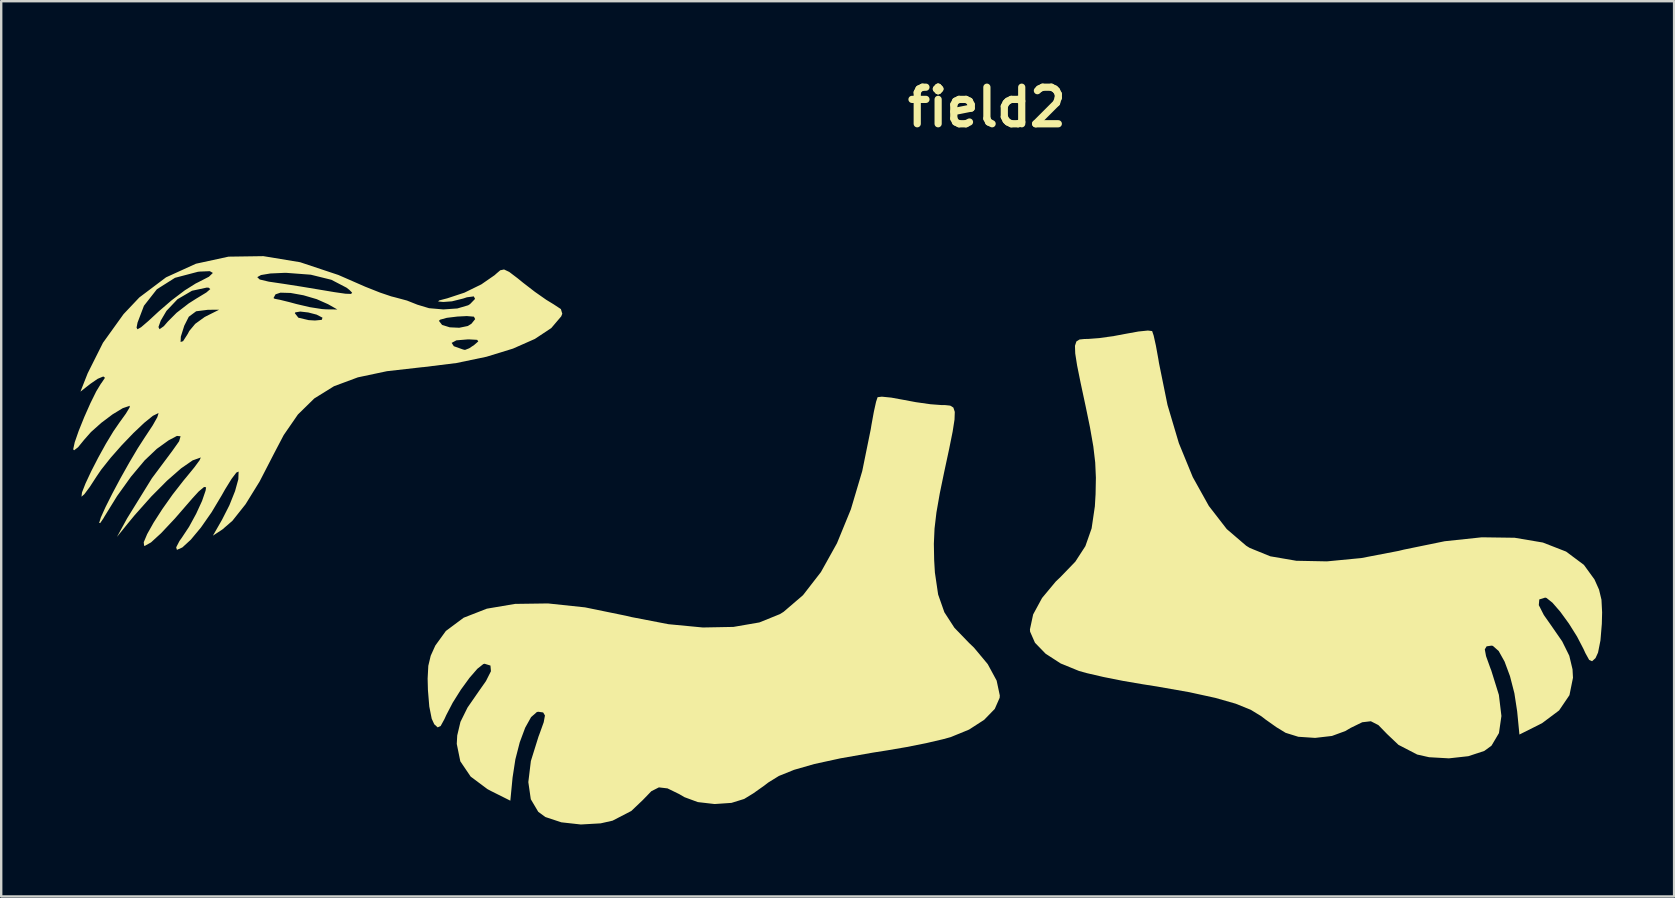
<source format=kicad_pcb>
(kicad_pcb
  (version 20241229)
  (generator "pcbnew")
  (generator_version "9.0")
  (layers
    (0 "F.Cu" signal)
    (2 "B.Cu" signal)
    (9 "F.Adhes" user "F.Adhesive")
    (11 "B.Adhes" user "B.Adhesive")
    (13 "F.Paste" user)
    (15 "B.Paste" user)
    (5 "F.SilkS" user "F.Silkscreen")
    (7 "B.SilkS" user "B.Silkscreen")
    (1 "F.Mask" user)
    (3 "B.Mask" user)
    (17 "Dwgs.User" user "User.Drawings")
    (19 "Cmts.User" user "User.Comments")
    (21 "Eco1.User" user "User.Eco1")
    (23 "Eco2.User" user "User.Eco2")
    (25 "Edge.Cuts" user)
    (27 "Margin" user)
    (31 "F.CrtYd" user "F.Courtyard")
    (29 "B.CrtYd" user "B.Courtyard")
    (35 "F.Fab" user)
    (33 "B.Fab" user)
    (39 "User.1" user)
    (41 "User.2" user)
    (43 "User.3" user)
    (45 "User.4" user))
  (footprint "field2"
    (layer "F.Cu")
    (at 38.075 1.418)
    (property "Reference" "field2" (at 0 0 0) (layer "F.SilkS") (effects (font (size 1.524 1.524) (thickness 0.3))))
    (attr board_only exclude_from_pos_files exclude_from_bom)
    (fp_poly (pts (xy -4.554 12.083) (xy -4.618 12.273) (xy -4.71 12.688) (xy -4.812 13.248) (xy -4.839 13.416) (xy -5.194 15.161) (xy -5.668 16.756) (xy -6.247 18.169) (xy -6.917 19.372) (xy -7.663 20.334) (xy -8.471 21.027) (xy -8.623 21.122) (xy -9.479 21.469) (xy -10.562 21.656) (xy -11.837 21.68) (xy -13.271 21.543) (xy -14.826 21.243) (xy -15.038 21.192) (xy -16.744 20.842) (xy -18.291 20.678) (xy -19.66 20.697) (xy -20.837 20.896) (xy -21.804 21.273) (xy -22.545 21.825) (xy -22.985 22.433) (xy -23.177 22.858) (xy -23.277 23.278) (xy -23.305 23.809) (xy -23.293 24.283) (xy -23.236 24.974) (xy -23.135 25.482) (xy -23.03 25.712) (xy -22.887 25.842) (xy -22.764 25.787) (xy -22.608 25.504) (xy -22.529 25.331) (xy -22.259 24.812) (xy -21.92 24.272) (xy -21.561 23.779) (xy -21.233 23.401) (xy -20.986 23.205) (xy -20.932 23.191) (xy -20.687 23.267) (xy -20.667 23.503) (xy -20.876 23.916) (xy -21.149 24.304) (xy -21.642 25.016) (xy -21.937 25.612) (xy -22.072 26.179) (xy -22.091 26.531) (xy -21.943 27.257) (xy -21.512 27.893) (xy -20.812 28.416) (xy -20.661 28.496) (xy -19.859 28.897) (xy -19.765 27.929) (xy -19.649 27.175) (xy -19.466 26.463) (xy -19.24 25.856) (xy -18.994 25.415) (xy -18.753 25.203) (xy -18.693 25.192) (xy -18.491 25.221) (xy -18.416 25.347) (xy -18.468 25.629) (xy -18.646 26.124) (xy -18.685 26.226) (xy -19.003 27.245) (xy -19.109 28.123) (xy -19.006 28.837) (xy -18.696 29.36) (xy -18.397 29.579) (xy -17.733 29.799) (xy -16.921 29.889) (xy -16.095 29.842) (xy -15.598 29.73) (xy -14.818 29.326) (xy -14.339 28.871) (xy -13.983 28.503) (xy -13.668 28.343) (xy -13.309 28.385) (xy -12.821 28.623) (xy -12.605 28.75) (xy -12.047 28.956) (xy -11.346 29.037) (xy -10.644 28.989) (xy -10.114 28.825) (xy -9.735 28.593) (xy -9.276 28.268) (xy -9.114 28.143) (xy -8.668 27.867) (xy -8.036 27.612) (xy -7.189 27.369) (xy -6.101 27.132) (xy -4.742 26.893) (xy -4.157 26.801) (xy -3.345 26.662) (xy -2.531 26.5) (xy -1.832 26.337) (xy -1.508 26.248) (xy -0.744 25.935) (xy -0.115 25.529) (xy 0.328 25.073) (xy 0.531 24.611) (xy 0.538 24.514) (xy 0.406 23.893) (xy 0.034 23.206) (xy -0.539 22.519) (xy -0.739 22.328) (xy -1.353 21.693) (xy -1.772 21.046) (xy -2.032 20.306) (xy -2.167 19.388) (xy -2.197 18.881) (xy -2.21 18.194) (xy -2.182 17.56) (xy -2.103 16.889) (xy -1.963 16.09) (xy -1.783 15.219) (xy -1.572 14.237) (xy -1.427 13.517) (xy -1.349 13.016) (xy -1.338 12.696) (xy -1.397 12.516) (xy -1.528 12.435) (xy -1.731 12.413) (xy -1.886 12.412) (xy -2.35 12.377) (xy -2.964 12.29) (xy -3.464 12.196) (xy -3.984 12.101) (xy -4.377 12.062)) (stroke (width 0) (type solid)) (fill yes) (layer "F.SilkS"))
    (fp_poly (pts (xy 6.886 9.328) (xy 6.95 9.518) (xy 7.042 9.932) (xy 7.144 10.492) (xy 7.171 10.66) (xy 7.526 12.406) (xy 8 14) (xy 8.579 15.413) (xy 9.249 16.616) (xy 9.995 17.579) (xy 10.803 18.272) (xy 10.955 18.366) (xy 11.811 18.714) (xy 12.894 18.9) (xy 14.17 18.925) (xy 15.603 18.787) (xy 17.159 18.488) (xy 17.37 18.436) (xy 19.077 18.086) (xy 20.623 17.922) (xy 21.992 17.941) (xy 23.169 18.14) (xy 24.136 18.517) (xy 24.877 19.07) (xy 25.318 19.677) (xy 25.509 20.103) (xy 25.61 20.523) (xy 25.637 21.053) (xy 25.625 21.528) (xy 25.568 22.218) (xy 25.467 22.726) (xy 25.362 22.956) (xy 25.219 23.086) (xy 25.097 23.031) (xy 24.94 22.748) (xy 24.861 22.575) (xy 24.591 22.056) (xy 24.252 21.516) (xy 23.894 21.024) (xy 23.566 20.646) (xy 23.318 20.449) (xy 23.264 20.435) (xy 23.019 20.511) (xy 22.999 20.748) (xy 23.208 21.16) (xy 23.481 21.548) (xy 23.974 22.26) (xy 24.269 22.857) (xy 24.404 23.423) (xy 24.423 23.775) (xy 24.276 24.501) (xy 23.844 25.137) (xy 23.144 25.661) (xy 22.993 25.74) (xy 22.191 26.141) (xy 22.097 25.174) (xy 21.981 24.419) (xy 21.798 23.708) (xy 21.572 23.1) (xy 21.326 22.66) (xy 21.085 22.447) (xy 21.025 22.436) (xy 20.823 22.466) (xy 20.748 22.592) (xy 20.8 22.873) (xy 20.978 23.368) (xy 21.018 23.47) (xy 21.335 24.489) (xy 21.441 25.368) (xy 21.338 26.081) (xy 21.028 26.604) (xy 20.729 26.823) (xy 20.065 27.043) (xy 19.253 27.133) (xy 18.427 27.086) (xy 17.93 26.974) (xy 17.15 26.57) (xy 16.671 26.115) (xy 16.315 25.748) (xy 16 25.587) (xy 15.641 25.629) (xy 15.153 25.867) (xy 14.938 25.995) (xy 14.379 26.2) (xy 13.678 26.281) (xy 12.977 26.234) (xy 12.447 26.069) (xy 12.067 25.837) (xy 11.609 25.513) (xy 11.447 25.387) (xy 11 25.112) (xy 10.368 24.856) (xy 9.521 24.614) (xy 8.433 24.376) (xy 7.075 24.137) (xy 6.489 24.045) (xy 5.677 23.906) (xy 4.863 23.744) (xy 4.164 23.582) (xy 3.84 23.492) (xy 3.076 23.18) (xy 2.447 22.773) (xy 2.004 22.317) (xy 1.801 21.856) (xy 1.794 21.758) (xy 1.927 21.137) (xy 2.299 20.451) (xy 2.871 19.764) (xy 3.072 19.572) (xy 3.685 18.937) (xy 4.104 18.291) (xy 4.364 17.55) (xy 4.499 16.632) (xy 4.529 16.125) (xy 4.542 15.438) (xy 4.514 14.805) (xy 4.435 14.134) (xy 4.295 13.335) (xy 4.115 12.463) (xy 3.905 11.482) (xy 3.759 10.761) (xy 3.681 10.261) (xy 3.67 9.941) (xy 3.73 9.76) (xy 3.86 9.679) (xy 4.063 9.658) (xy 4.218 9.656) (xy 4.683 9.621) (xy 5.296 9.534) (xy 5.796 9.44) (xy 6.317 9.346) (xy 6.709 9.306)) (stroke (width 0) (type solid)) (fill yes) (layer "F.SilkS"))
    (fp_poly (pts (xy -28.618 6.459) (xy -27.025 6.99) (xy -26.555 7.195) (xy -25.902 7.481) (xy -25.292 7.723) (xy -24.82 7.883) (xy -24.672 7.92) (xy -24.167 8.056) (xy -23.728 8.23) (xy -23.246 8.375) (xy -22.65 8.426) (xy -22.066 8.386) (xy -21.618 8.254) (xy -21.538 8.204) (xy -21.328 7.987) (xy -21.382 7.883) (xy -21.668 7.92) (xy -21.823 7.972) (xy -22.293 8.089) (xy -22.653 8.115) (xy -22.87 8.095) (xy -22.822 8.051) (xy -22.49 7.964) (xy -22.486 7.963) (xy -21.771 7.727) (xy -21.067 7.382) (xy -20.511 6.997) (xy -20.451 6.942) (xy -20.279 6.795) (xy -20.121 6.761) (xy -19.905 6.863) (xy -19.557 7.127) (xy -19.332 7.31) (xy -18.836 7.693) (xy -18.362 8.025) (xy -18.057 8.211) (xy -17.752 8.412) (xy -17.694 8.605) (xy -17.738 8.715) (xy -18.153 9.203) (xy -18.837 9.656) (xy -19.749 10.059) (xy -20.852 10.398) (xy -22.105 10.66) (xy -23.471 10.829) (xy -23.528 10.833) (xy -25 11) (xy -26.213 11.257) (xy -27.208 11.627) (xy -28.027 12.135) (xy -28.711 12.805) (xy -29.302 13.661) (xy -29.694 14.408) (xy -30.306 15.595) (xy -30.893 16.545) (xy -31.44 17.234) (xy -31.855 17.593) (xy -32.253 17.854) (xy -31.871 17.187) (xy -31.566 16.587) (xy -31.33 15.997) (xy -31.193 15.501) (xy -31.182 15.185) (xy -31.183 15.183) (xy -31.277 15.225) (xy -31.477 15.49) (xy -31.747 15.927) (xy -31.883 16.168) (xy -32.309 16.88) (xy -32.752 17.514) (xy -33.172 18.019) (xy -33.527 18.345) (xy -33.752 18.445) (xy -33.783 18.34) (xy -33.646 18.075) (xy -33.549 17.94) (xy -33.248 17.486) (xy -32.951 16.941) (xy -32.705 16.406) (xy -32.558 15.978) (xy -32.537 15.838) (xy -32.621 15.825) (xy -32.845 16.012) (xy -33.109 16.3) (xy -33.836 17.138) (xy -34.413 17.752) (xy -34.833 18.135) (xy -35.086 18.277) (xy -35.121 18.274) (xy -35.135 18.126) (xy -34.992 17.787) (xy -34.723 17.309) (xy -34.359 16.743) (xy -33.933 16.141) (xy -33.476 15.555) (xy -33.35 15.404) (xy -33.024 15.005) (xy -32.812 14.717) (xy -32.757 14.597) (xy -32.76 14.596) (xy -33.096 14.715) (xy -33.577 15.048) (xy -34.165 15.563) (xy -34.823 16.225) (xy -35.513 17) (xy -35.816 17.367) (xy -36.251 17.906) (xy -35.83 17.136) (xy -34.795 15.462) (xy -33.949 14.327) (xy -33.662 13.922) (xy -33.6 13.712) (xy -33.751 13.697) (xy -34.098 13.881) (xy -34.59 14.235) (xy -35.094 14.713) (xy -35.666 15.395) (xy -36.246 16.204) (xy -36.776 17.063) (xy -36.817 17.136) (xy -36.949 17.328) (xy -36.993 17.325) (xy -36.923 17.095) (xy -36.729 16.665) (xy -36.444 16.098) (xy -36.103 15.458) (xy -35.738 14.809) (xy -35.385 14.213) (xy -35.077 13.735) (xy -35.06 13.711) (xy -34.761 13.257) (xy -34.57 12.919) (xy -34.519 12.755) (xy -34.531 12.749) (xy -34.755 12.86) (xy -35.12 13.156) (xy -35.57 13.583) (xy -36.053 14.086) (xy -36.516 14.611) (xy -36.906 15.102) (xy -37.1 15.386) (xy -37.386 15.826) (xy -37.61 16.126) (xy -37.726 16.227) (xy -37.729 16.225) (xy -37.708 16.051) (xy -37.562 15.679) (xy -37.325 15.172) (xy -37.03 14.598) (xy -36.711 14.021) (xy -36.4 13.507) (xy -36.151 13.145) (xy -35.88 12.769) (xy -35.726 12.514) (xy -35.715 12.441) (xy -36.01 12.541) (xy -36.435 12.799) (xy -36.904 13.152) (xy -37.335 13.537) (xy -37.62 13.86) (xy -37.873 14.17) (xy -38.038 14.296) (xy -38.075 14.256) (xy -38.011 13.962) (xy -37.845 13.485) (xy -37.614 12.912) (xy -37.358 12.334) (xy -37.114 11.84) (xy -36.92 11.52) (xy -36.893 11.487) (xy -36.75 11.274) (xy -36.821 11.22) (xy -37.057 11.319) (xy -37.365 11.531) (xy -37.773 11.852) (xy -37.471 11.086) (xy -36.836 9.82) (xy -22.304 9.82) (xy -22.214 9.959) (xy -21.829 10.096) (xy -21.748 10.114) (xy -21.574 10.046) (xy -21.364 9.906) (xy -21.194 9.758) (xy -21.242 9.693) (xy -21.551 9.676) (xy -21.633 9.675) (xy -22.107 9.714) (xy -22.304 9.82) (xy -36.836 9.82) (xy -36.833 9.813) (xy -36.81 9.783) (xy -33.6 9.783) (xy -33.496 9.749) (xy -33.298 9.441) (xy -33.239 9.326) (xy -32.989 9.026) (xy -32.818 8.902) (xy -22.835 8.902) (xy -22.703 9.072) (xy -22.383 9.172) (xy -21.987 9.19) (xy -21.631 9.117) (xy -21.48 9.023) (xy -21.324 8.829) (xy -21.376 8.728) (xy -21.671 8.703) (xy -22.065 8.723) (xy -22.504 8.776) (xy -22.783 8.853) (xy -22.835 8.902) (xy -32.818 8.902) (xy -32.599 8.744) (xy -32.531 8.708) (xy -32.282 8.583) (xy -28.839 8.583) (xy -28.692 8.771) (xy -28.263 8.872) (xy -28 8.888) (xy -27.718 8.861) (xy -27.686 8.772) (xy -27.692 8.767) (xy -27.931 8.643) (xy -28.278 8.553) (xy -28.613 8.515) (xy -28.819 8.549) (xy -28.839 8.583) (xy -32.282 8.583) (xy -31.994 8.439) (xy -32.456 8.441) (xy -32.951 8.503) (xy -33.258 8.731) (xy -33.447 9.106) (xy -33.59 9.561) (xy -33.6 9.783) (xy -36.81 9.783) (xy -36.38 9.184) (xy -35.434 9.184) (xy -35.397 9.254) (xy -35.246 9.168) (xy -35.236 9.16) (xy -34.522 9.16) (xy -34.477 9.251) (xy -34.298 9.124) (xy -34.132 8.933) (xy -33.766 8.566) (xy -33.261 8.176) (xy -32.941 7.972) (xy -32.907 7.952) (xy -29.728 7.952) (xy -29.678 7.983) (xy -29.455 8.026) (xy -29.047 8.127) (xy -28.762 8.204) (xy -28.214 8.332) (xy -27.708 8.411) (xy -27.53 8.423) (xy -27.068 8.428) (xy -27.453 8.209) (xy -27.926 7.999) (xy -28.477 7.837) (xy -29.013 7.74) (xy -29.438 7.728) (xy -29.644 7.797) (xy -29.728 7.952) (xy -32.907 7.952) (xy -32.525 7.72) (xy -32.362 7.578) (xy -32.429 7.521) (xy -32.51 7.516) (xy -33.125 7.648) (xy -33.728 8.001) (xy -34.188 8.487) (xy -34.427 8.893) (xy -34.522 9.16) (xy -35.236 9.16) (xy -34.942 8.908) (xy -34.517 8.515) (xy -33.976 8.048) (xy -33.426 7.632) (xy -32.966 7.343) (xy -32.876 7.299) (xy -32.453 7.081) (xy -30.405 7.081) (xy -30.303 7.179) (xy -29.92 7.27) (xy -29.827 7.283) (xy -29.279 7.364) (xy -28.583 7.473) (xy -27.915 7.584) (xy -27.188 7.706) (xy -26.727 7.772) (xy -26.494 7.78) (xy -26.452 7.728) (xy -26.564 7.614) (xy -26.684 7.52) (xy -27.316 7.191) (xy -28.174 6.979) (xy -29.191 6.902) (xy -29.253 6.901) (xy -29.858 6.928) (xy -30.249 6.993) (xy -30.405 7.081) (xy -32.453 7.081) (xy -32.419 7.064) (xy -32.254 6.906) (xy -32.381 6.832) (xy -32.8 6.849) (xy -32.88 6.858) (xy -33.833 7.109) (xy -34.588 7.586) (xy -35.127 8.274) (xy -35.394 8.977) (xy -35.434 9.184) (xy -36.38 9.184) (xy -35.976 8.622) (xy -35.319 7.927) (xy -34.206 7.089) (xy -32.961 6.522) (xy -31.603 6.227) (xy -30.149 6.206)) (stroke (width 0) (type solid)) (fill yes) (layer "F.SilkS")))
  (gr_rect
    (start -3 -3)
    (end 66.712 34.307)
    (stroke (width 0.1) (type default))
    (fill no)
    (layer "Edge.Cuts")))
</source>
